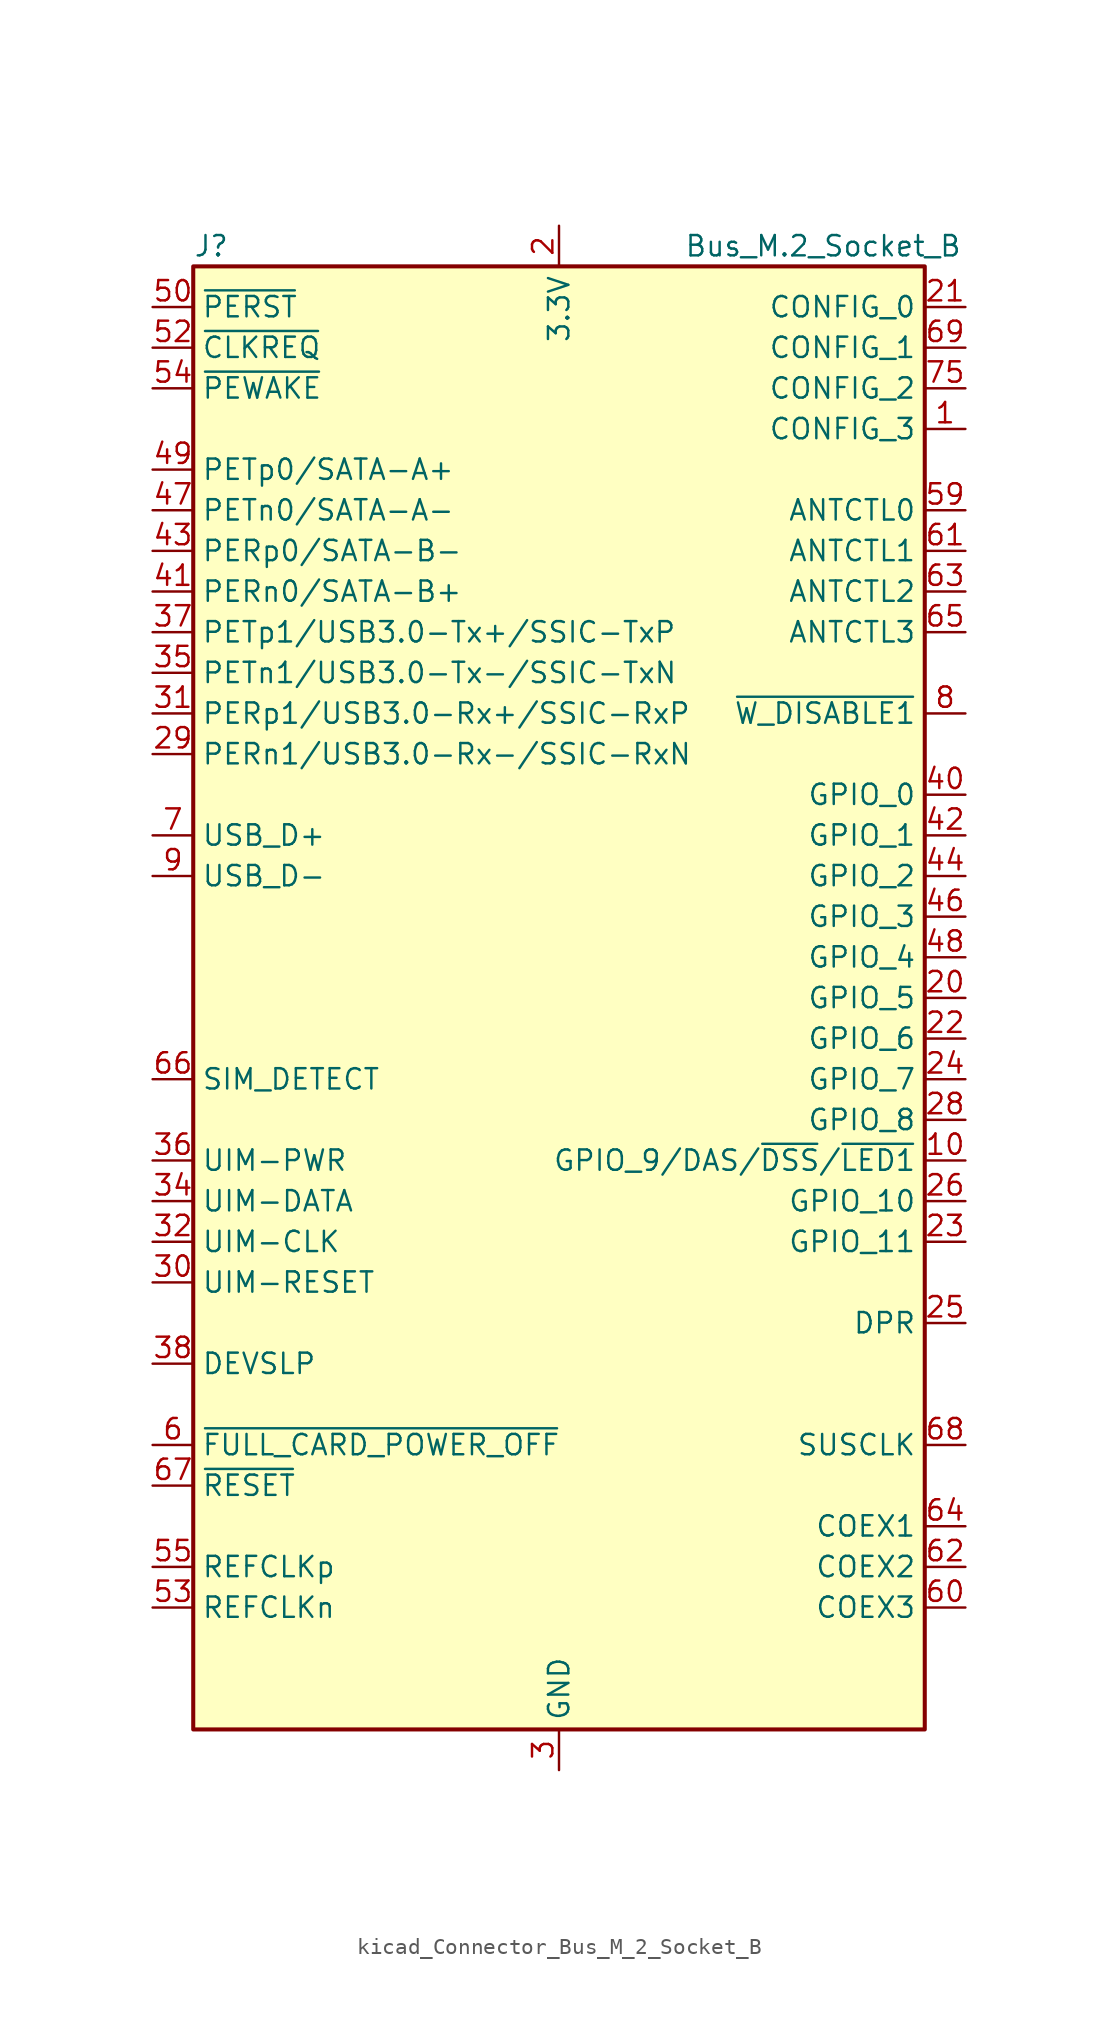
<source format=kicad_sym>
(kicad_symbol_lib
  (version 20220914)
  (generator kicad_symbol_editor)
  (symbol "kicad_Connector_Bus_M_2_Socket_B"
    (property "Reference" "J"
      (at -22.86 46.99 0)
      (effects (font (size 1.27 1.27)) (justify left)))
    (property "Value" "Bus_M.2_Socket_B"
      (at 16.51 46.99 0)
      (effects (font (size 1.27 1.27))))
    (symbol "kicad_Connector_Bus_M_2_Socket_B_0_1"
      (rectangle (start -22.86 45.72) (end 22.86 -45.72) (stroke (width 0.254) (type default)) (fill (type background))))
    (symbol "kicad_Connector_Bus_M_2_Socket_B_1_1"
      (pin input line (at 25.4 35.56 180) (length 2.54) (name "CONFIG_3" (effects (font (size 1.27 1.27)))) (number "1" (effects (font (size 1.27 1.27)))))
      (pin bidirectional line (at 25.4 -10.16 180) (length 2.54) (name "GPIO_9/DAS/~{DSS}/~{LED1}" (effects (font (size 1.27 1.27)))) (number "10" (effects (font (size 1.27 1.27)))))
      (pin passive line (at 0 -48.26 90) (length 2.54) hide (name "GND" (effects (font (size 1.27 1.27)))) (number "11" (effects (font (size 1.27 1.27)))))
      (pin power_in line (at 0 48.26 270) (length 2.54) (name "3.3V" (effects (font (size 1.27 1.27)))) (number "2" (effects (font (size 1.27 1.27)))))
      (pin bidirectional line (at 25.4 0 180) (length 2.54) (name "GPIO_5" (effects (font (size 1.27 1.27)))) (number "20" (effects (font (size 1.27 1.27)))))
      (pin input line (at 25.4 43.18 180) (length 2.54) (name "CONFIG_0" (effects (font (size 1.27 1.27)))) (number "21" (effects (font (size 1.27 1.27)))))
      (pin bidirectional line (at 25.4 -2.54 180) (length 2.54) (name "GPIO_6" (effects (font (size 1.27 1.27)))) (number "22" (effects (font (size 1.27 1.27)))))
      (pin bidirectional line (at 25.4 -15.24 180) (length 2.54) (name "GPIO_11" (effects (font (size 1.27 1.27)))) (number "23" (effects (font (size 1.27 1.27)))))
      (pin bidirectional line (at 25.4 -5.08 180) (length 2.54) (name "GPIO_7" (effects (font (size 1.27 1.27)))) (number "24" (effects (font (size 1.27 1.27)))))
      (pin output line (at 25.4 -20.32 180) (length 2.54) (name "DPR" (effects (font (size 1.27 1.27)))) (number "25" (effects (font (size 1.27 1.27)))))
      (pin bidirectional line (at 25.4 -12.7 180) (length 2.54) (name "GPIO_10" (effects (font (size 1.27 1.27)))) (number "26" (effects (font (size 1.27 1.27)))))
      (pin passive line (at 0 -48.26 90) (length 2.54) hide (name "GND" (effects (font (size 1.27 1.27)))) (number "27" (effects (font (size 1.27 1.27)))))
      (pin bidirectional line (at 25.4 -7.62 180) (length 2.54) (name "GPIO_8" (effects (font (size 1.27 1.27)))) (number "28" (effects (font (size 1.27 1.27)))))
      (pin input line (at -25.4 15.24 0) (length 2.54) (name "PERn1/USB3.0-Rx-/SSIC-RxN" (effects (font (size 1.27 1.27)))) (number "29" (effects (font (size 1.27 1.27)))))
      (pin power_in line (at 0 -48.26 90) (length 2.54) (name "GND" (effects (font (size 1.27 1.27)))) (number "3" (effects (font (size 1.27 1.27)))))
      (pin input line (at -25.4 -17.78 0) (length 2.54) (name "UIM-RESET" (effects (font (size 1.27 1.27)))) (number "30" (effects (font (size 1.27 1.27)))))
      (pin input line (at -25.4 17.78 0) (length 2.54) (name "PERp1/USB3.0-Rx+/SSIC-RxP" (effects (font (size 1.27 1.27)))) (number "31" (effects (font (size 1.27 1.27)))))
      (pin input line (at -25.4 -15.24 0) (length 2.54) (name "UIM-CLK" (effects (font (size 1.27 1.27)))) (number "32" (effects (font (size 1.27 1.27)))))
      (pin passive line (at 0 -48.26 90) (length 2.54) hide (name "GND" (effects (font (size 1.27 1.27)))) (number "33" (effects (font (size 1.27 1.27)))))
      (pin bidirectional line (at -25.4 -12.7 0) (length 2.54) (name "UIM-DATA" (effects (font (size 1.27 1.27)))) (number "34" (effects (font (size 1.27 1.27)))))
      (pin output line (at -25.4 20.32 0) (length 2.54) (name "PETn1/USB3.0-Tx-/SSIC-TxN" (effects (font (size 1.27 1.27)))) (number "35" (effects (font (size 1.27 1.27)))))
      (pin input line (at -25.4 -10.16 0) (length 2.54) (name "UIM-PWR" (effects (font (size 1.27 1.27)))) (number "36" (effects (font (size 1.27 1.27)))))
      (pin output line (at -25.4 22.86 0) (length 2.54) (name "PETp1/USB3.0-Tx+/SSIC-TxP" (effects (font (size 1.27 1.27)))) (number "37" (effects (font (size 1.27 1.27)))))
      (pin output line (at -25.4 -22.86 0) (length 2.54) (name "DEVSLP" (effects (font (size 1.27 1.27)))) (number "38" (effects (font (size 1.27 1.27)))))
      (pin passive line (at 0 -48.26 90) (length 2.54) hide (name "GND" (effects (font (size 1.27 1.27)))) (number "39" (effects (font (size 1.27 1.27)))))
      (pin passive line (at 0 48.26 270) (length 2.54) hide (name "3.3V" (effects (font (size 1.27 1.27)))) (number "4" (effects (font (size 1.27 1.27)))))
      (pin bidirectional line (at 25.4 12.7 180) (length 2.54) (name "GPIO_0" (effects (font (size 1.27 1.27)))) (number "40" (effects (font (size 1.27 1.27)))))
      (pin input line (at -25.4 25.4 0) (length 2.54) (name "PERn0/SATA-B+" (effects (font (size 1.27 1.27)))) (number "41" (effects (font (size 1.27 1.27)))))
      (pin bidirectional line (at 25.4 10.16 180) (length 2.54) (name "GPIO_1" (effects (font (size 1.27 1.27)))) (number "42" (effects (font (size 1.27 1.27)))))
      (pin input line (at -25.4 27.94 0) (length 2.54) (name "PERp0/SATA-B-" (effects (font (size 1.27 1.27)))) (number "43" (effects (font (size 1.27 1.27)))))
      (pin bidirectional line (at 25.4 7.62 180) (length 2.54) (name "GPIO_2" (effects (font (size 1.27 1.27)))) (number "44" (effects (font (size 1.27 1.27)))))
      (pin passive line (at 0 -48.26 90) (length 2.54) hide (name "GND" (effects (font (size 1.27 1.27)))) (number "45" (effects (font (size 1.27 1.27)))))
      (pin bidirectional line (at 25.4 5.08 180) (length 2.54) (name "GPIO_3" (effects (font (size 1.27 1.27)))) (number "46" (effects (font (size 1.27 1.27)))))
      (pin output line (at -25.4 30.48 0) (length 2.54) (name "PETn0/SATA-A-" (effects (font (size 1.27 1.27)))) (number "47" (effects (font (size 1.27 1.27)))))
      (pin bidirectional line (at 25.4 2.54 180) (length 2.54) (name "GPIO_4" (effects (font (size 1.27 1.27)))) (number "48" (effects (font (size 1.27 1.27)))))
      (pin output line (at -25.4 33.02 0) (length 2.54) (name "PETp0/SATA-A+" (effects (font (size 1.27 1.27)))) (number "49" (effects (font (size 1.27 1.27)))))
      (pin passive line (at 0 -48.26 90) (length 2.54) hide (name "GND" (effects (font (size 1.27 1.27)))) (number "5" (effects (font (size 1.27 1.27)))))
      (pin output line (at -25.4 43.18 0) (length 2.54) (name "~{PERST}" (effects (font (size 1.27 1.27)))) (number "50" (effects (font (size 1.27 1.27)))))
      (pin passive line (at 0 -48.26 90) (length 2.54) hide (name "GND" (effects (font (size 1.27 1.27)))) (number "51" (effects (font (size 1.27 1.27)))))
      (pin bidirectional line (at -25.4 40.64 0) (length 2.54) (name "~{CLKREQ}" (effects (font (size 1.27 1.27)))) (number "52" (effects (font (size 1.27 1.27)))))
      (pin output line (at -25.4 -38.1 0) (length 2.54) (name "REFCLKn" (effects (font (size 1.27 1.27)))) (number "53" (effects (font (size 1.27 1.27)))))
      (pin bidirectional line (at -25.4 38.1 0) (length 2.54) (name "~{PEWAKE}" (effects (font (size 1.27 1.27)))) (number "54" (effects (font (size 1.27 1.27)))))
      (pin output line (at -25.4 -35.56 0) (length 2.54) (name "REFCLKp" (effects (font (size 1.27 1.27)))) (number "55" (effects (font (size 1.27 1.27)))))
      (pin no_connect line (at 22.86 -43.18 180) (length 2.54) hide (name "NC" (effects (font (size 1.27 1.27)))) (number "56" (effects (font (size 1.27 1.27)))))
      (pin passive line (at 0 -48.26 90) (length 2.54) hide (name "GND" (effects (font (size 1.27 1.27)))) (number "57" (effects (font (size 1.27 1.27)))))
      (pin no_connect line (at 22.86 -40.64 180) (length 2.54) hide (name "NC" (effects (font (size 1.27 1.27)))) (number "58" (effects (font (size 1.27 1.27)))))
      (pin input line (at 25.4 30.48 180) (length 2.54) (name "ANTCTL0" (effects (font (size 1.27 1.27)))) (number "59" (effects (font (size 1.27 1.27)))))
      (pin output line (at -25.4 -27.94 0) (length 2.54) (name "~{FULL_CARD_POWER_OFF}" (effects (font (size 1.27 1.27)))) (number "6" (effects (font (size 1.27 1.27)))))
      (pin bidirectional line (at 25.4 -38.1 180) (length 2.54) (name "COEX3" (effects (font (size 1.27 1.27)))) (number "60" (effects (font (size 1.27 1.27)))))
      (pin input line (at 25.4 27.94 180) (length 2.54) (name "ANTCTL1" (effects (font (size 1.27 1.27)))) (number "61" (effects (font (size 1.27 1.27)))))
      (pin bidirectional line (at 25.4 -35.56 180) (length 2.54) (name "COEX2" (effects (font (size 1.27 1.27)))) (number "62" (effects (font (size 1.27 1.27)))))
      (pin input line (at 25.4 25.4 180) (length 2.54) (name "ANTCTL2" (effects (font (size 1.27 1.27)))) (number "63" (effects (font (size 1.27 1.27)))))
      (pin bidirectional line (at 25.4 -33.02 180) (length 2.54) (name "COEX1" (effects (font (size 1.27 1.27)))) (number "64" (effects (font (size 1.27 1.27)))))
      (pin input line (at 25.4 22.86 180) (length 2.54) (name "ANTCTL3" (effects (font (size 1.27 1.27)))) (number "65" (effects (font (size 1.27 1.27)))))
      (pin output line (at -25.4 -5.08 0) (length 2.54) (name "SIM_DETECT" (effects (font (size 1.27 1.27)))) (number "66" (effects (font (size 1.27 1.27)))))
      (pin output line (at -25.4 -30.48 0) (length 2.54) (name "~{RESET}" (effects (font (size 1.27 1.27)))) (number "67" (effects (font (size 1.27 1.27)))))
      (pin output line (at 25.4 -27.94 180) (length 2.54) (name "SUSCLK" (effects (font (size 1.27 1.27)))) (number "68" (effects (font (size 1.27 1.27)))))
      (pin input line (at 25.4 40.64 180) (length 2.54) (name "CONFIG_1" (effects (font (size 1.27 1.27)))) (number "69" (effects (font (size 1.27 1.27)))))
      (pin bidirectional line (at -25.4 10.16 0) (length 2.54) (name "USB_D+" (effects (font (size 1.27 1.27)))) (number "7" (effects (font (size 1.27 1.27)))))
      (pin passive line (at 0 48.26 270) (length 2.54) hide (name "3.3V" (effects (font (size 1.27 1.27)))) (number "70" (effects (font (size 1.27 1.27)))))
      (pin passive line (at 0 -48.26 90) (length 2.54) hide (name "GND" (effects (font (size 1.27 1.27)))) (number "71" (effects (font (size 1.27 1.27)))))
      (pin passive line (at 0 48.26 270) (length 2.54) hide (name "3.3V" (effects (font (size 1.27 1.27)))) (number "72" (effects (font (size 1.27 1.27)))))
      (pin passive line (at 0 -48.26 90) (length 2.54) hide (name "GND" (effects (font (size 1.27 1.27)))) (number "73" (effects (font (size 1.27 1.27)))))
      (pin passive line (at 0 48.26 270) (length 2.54) hide (name "3.3V" (effects (font (size 1.27 1.27)))) (number "74" (effects (font (size 1.27 1.27)))))
      (pin input line (at 25.4 38.1 180) (length 2.54) (name "CONFIG_2" (effects (font (size 1.27 1.27)))) (number "75" (effects (font (size 1.27 1.27)))))
      (pin output line (at 25.4 17.78 180) (length 2.54) (name "~{W_DISABLE1}" (effects (font (size 1.27 1.27)))) (number "8" (effects (font (size 1.27 1.27)))))
      (pin bidirectional line (at -25.4 7.62 0) (length 2.54) (name "USB_D-" (effects (font (size 1.27 1.27)))) (number "9" (effects (font (size 1.27 1.27))))))))
</source>
